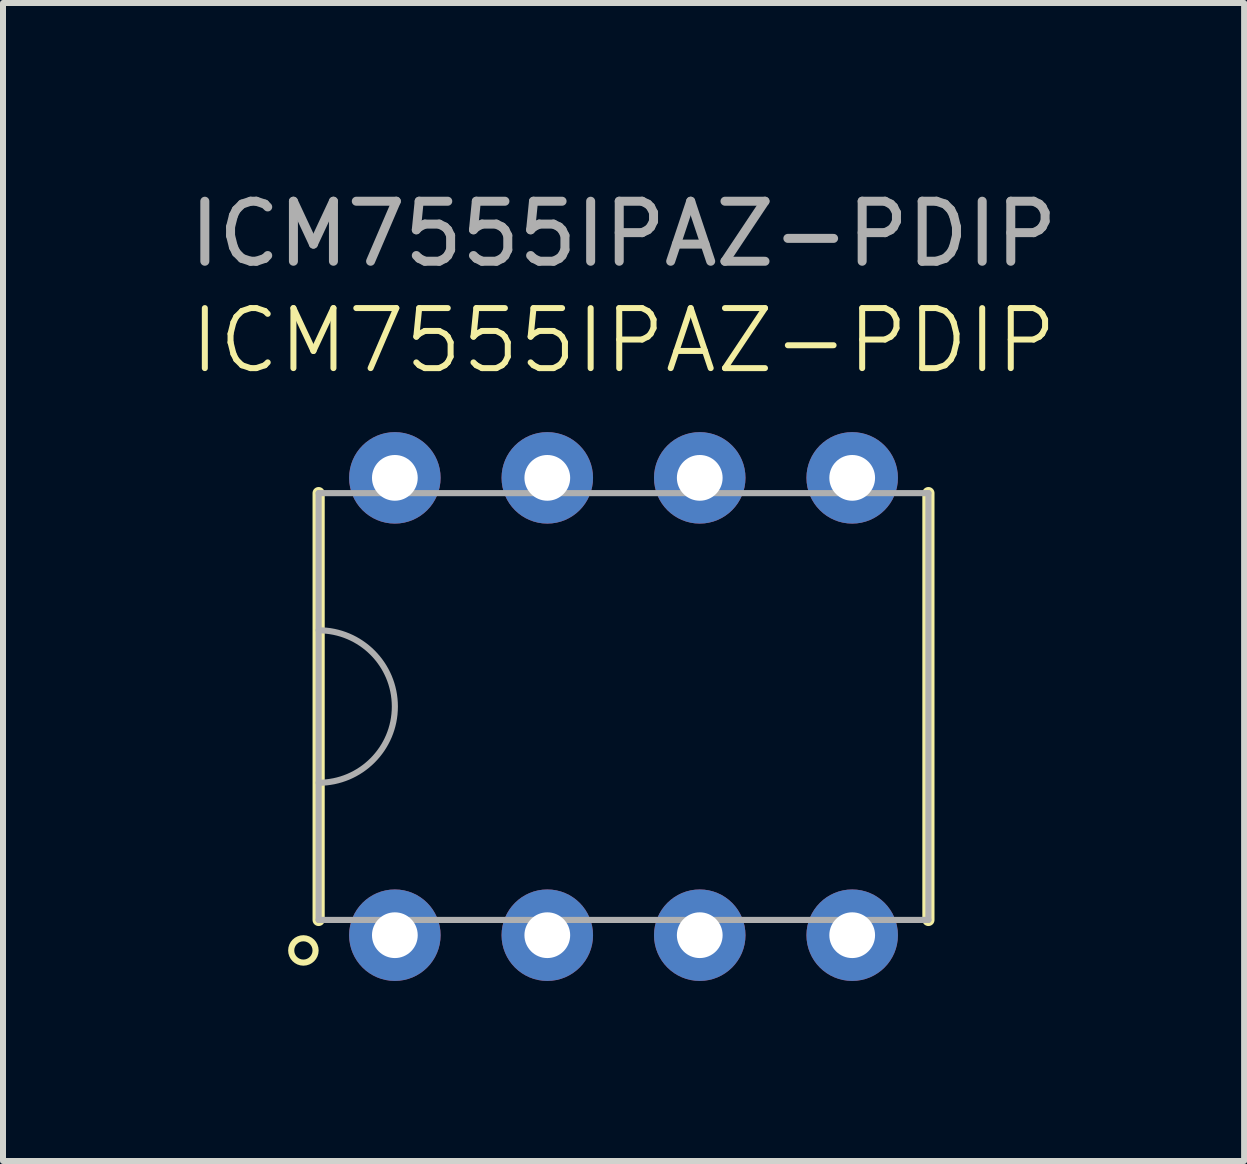
<source format=kicad_pcb>
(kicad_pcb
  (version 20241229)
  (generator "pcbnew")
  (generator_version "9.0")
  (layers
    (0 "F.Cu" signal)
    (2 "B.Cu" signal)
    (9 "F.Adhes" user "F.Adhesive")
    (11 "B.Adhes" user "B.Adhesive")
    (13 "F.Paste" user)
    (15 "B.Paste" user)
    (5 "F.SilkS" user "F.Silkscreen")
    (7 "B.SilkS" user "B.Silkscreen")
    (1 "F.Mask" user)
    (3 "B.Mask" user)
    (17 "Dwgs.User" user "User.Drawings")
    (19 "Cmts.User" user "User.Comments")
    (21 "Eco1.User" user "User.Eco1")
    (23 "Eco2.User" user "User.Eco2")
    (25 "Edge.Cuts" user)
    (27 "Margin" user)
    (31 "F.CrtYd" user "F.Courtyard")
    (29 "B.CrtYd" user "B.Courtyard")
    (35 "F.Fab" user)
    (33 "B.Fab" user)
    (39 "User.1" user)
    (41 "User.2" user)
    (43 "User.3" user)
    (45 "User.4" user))
  (footprint "ICM7555IPAZ-PDIP"
    (layer "F.Cu")
    (at 7.339 8.722)
    (property "Reference" "ICM7555IPAZ-PDIP" (at 0 -6.096 0) (unlocked yes) (layer "F.SilkS") (effects (font (size 1 1) (thickness 0.1))))
    (attr through_hole)
    (fp_line (start -5.08 3.556) (end -5.08 -3.556) (stroke (width 0.203) (type default)) (layer "F.SilkS"))
    (fp_line (start 5.08 3.556) (end 5.08 -3.556) (stroke (width 0.203) (type default)) (layer "F.SilkS"))
    (fp_circle (center -5.334 4.064) (end -5.131 4.064) (stroke (width 0.102) (type default)) (fill no) (layer "F.SilkS"))
    (fp_line (start -5.08 -3.556) (end -5.08 3.556) (stroke (width 0.102) (type default)) (layer "F.Fab"))
    (fp_line (start -5.08 -3.556) (end 5.08 -3.556) (stroke (width 0.102) (type default)) (layer "F.Fab"))
    (fp_line (start -5.08 3.556) (end 5.08 3.556) (stroke (width 0.102) (type default)) (layer "F.Fab"))
    (fp_line (start 5.08 -3.556) (end 5.08 3.556) (stroke (width 0.102) (type default)) (layer "F.Fab"))
    (fp_arc (start -5.08 -1.27) (mid -3.81 0) (end -5.08 1.27) (stroke (width 0.1016) (type default)) (layer "F.Fab"))
    (fp_text user "${REFERENCE}" (at 0 -7.874 0) (unlocked yes) (layer "F.Fab") (effects (font (size 1 1) (thickness 0.15))))
    (pad "1" thru_hole circle (at -3.81 3.81) (size 1.524 1.524) (drill 0.762) (layers "*.Cu" "*.Mask"))
    (pad "2" thru_hole circle (at -1.27 3.81) (size 1.524 1.524) (drill 0.762) (layers "*.Cu" "*.Mask"))
    (pad "3" thru_hole circle (at 1.27 3.81) (size 1.524 1.524) (drill 0.762) (layers "*.Cu" "*.Mask"))
    (pad "4" thru_hole circle (at 3.81 3.81) (size 1.524 1.524) (drill 0.762) (layers "*.Cu" "*.Mask"))
    (pad "5" thru_hole circle (at 3.81 -3.81) (size 1.524 1.524) (drill 0.762) (layers "*.Cu" "*.Mask"))
    (pad "6" thru_hole circle (at 1.27 -3.81) (size 1.524 1.524) (drill 0.762) (layers "*.Cu" "*.Mask"))
    (pad "7" thru_hole circle (at -1.27 -3.81) (size 1.524 1.524) (drill 0.762) (layers "*.Cu" "*.Mask"))
    (pad "8" thru_hole circle (at -3.81 -3.81) (size 1.524 1.524) (drill 0.762) (layers "*.Cu" "*.Mask")))
  (gr_rect
    (start -3 -3)
    (end 17.679 16.294)
    (stroke (width 0.1) (type default))
    (fill no)
    (layer "Edge.Cuts")))
</source>
